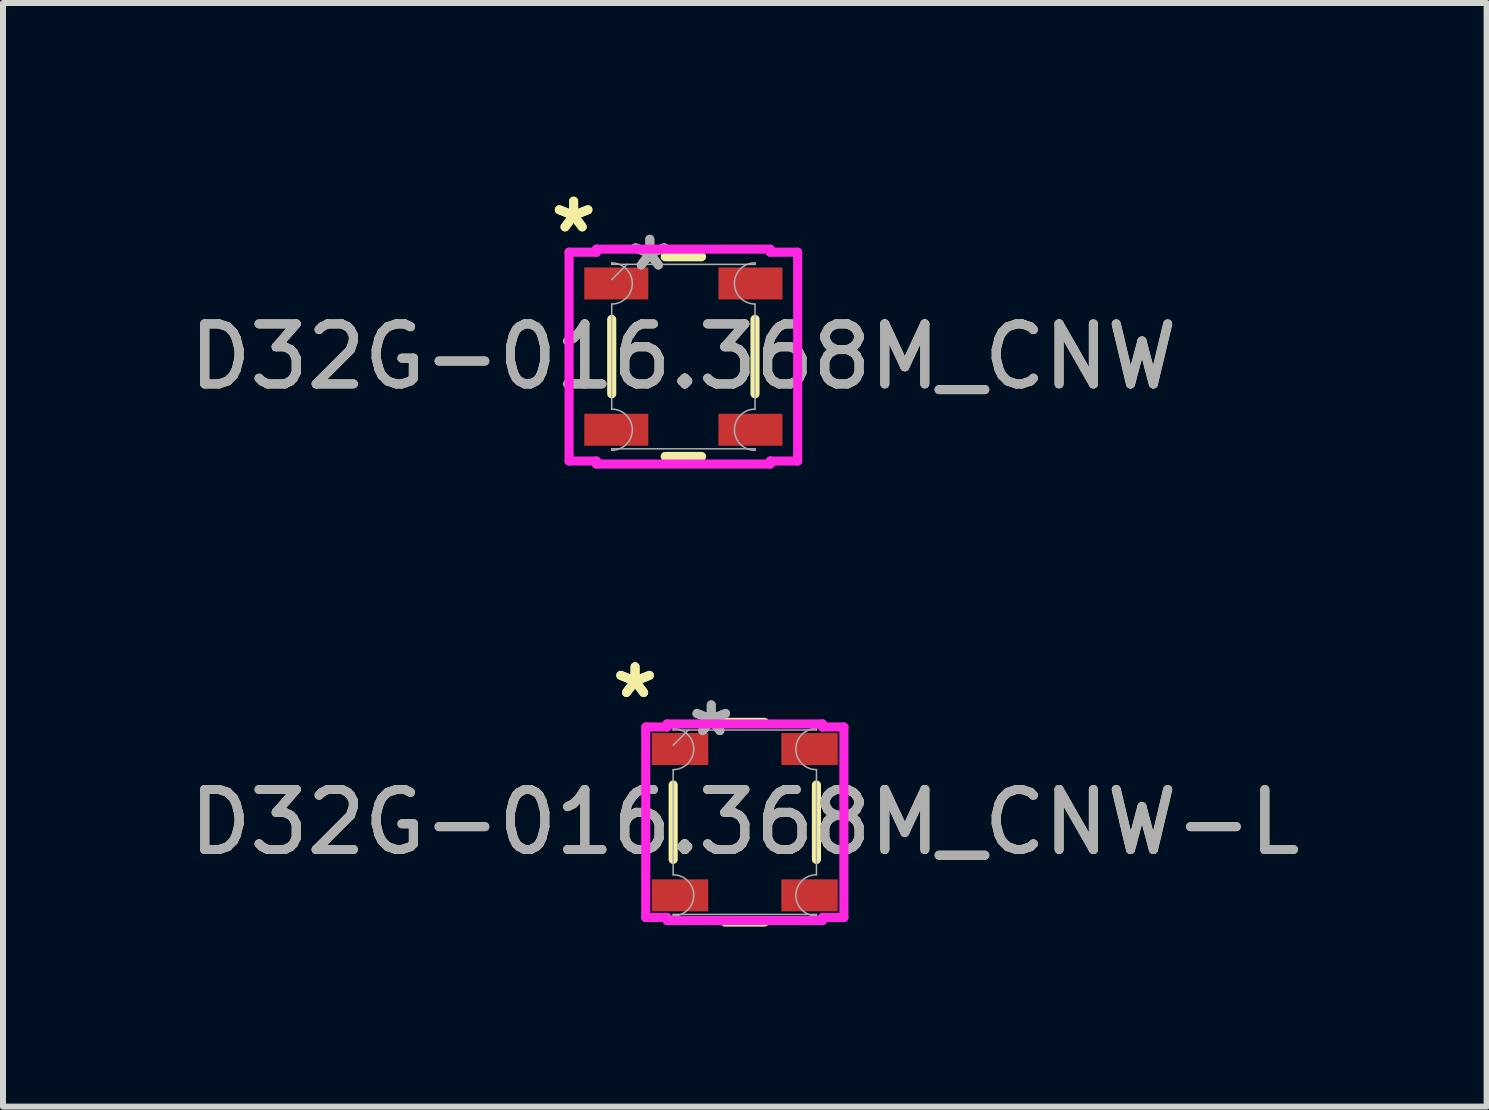
<source format=kicad_pcb>
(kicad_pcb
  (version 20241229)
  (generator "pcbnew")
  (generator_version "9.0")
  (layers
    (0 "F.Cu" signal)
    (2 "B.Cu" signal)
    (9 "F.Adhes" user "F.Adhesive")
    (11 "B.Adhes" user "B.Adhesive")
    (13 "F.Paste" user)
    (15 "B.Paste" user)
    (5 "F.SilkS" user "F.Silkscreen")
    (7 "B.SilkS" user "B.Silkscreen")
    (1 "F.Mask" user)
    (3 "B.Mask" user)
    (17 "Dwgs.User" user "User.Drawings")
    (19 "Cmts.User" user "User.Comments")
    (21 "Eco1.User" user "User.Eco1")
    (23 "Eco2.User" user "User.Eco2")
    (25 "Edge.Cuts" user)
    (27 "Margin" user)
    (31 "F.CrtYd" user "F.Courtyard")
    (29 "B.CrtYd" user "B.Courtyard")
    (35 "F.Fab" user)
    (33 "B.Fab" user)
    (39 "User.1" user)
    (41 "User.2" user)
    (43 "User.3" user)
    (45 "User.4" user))
  (footprint "D32G-016.368M_CNW"
    (layer "F.Cu")
    (at 8.339 2.893)
    (property "Reference" "D32G-016.368M_CNW" (at 0 0 0) (unlocked yes) (layer "F.SilkS") (effects (font (size 1 1) (thickness 0.15))))
    (attr smd)
    (fp_line (start -1.194 -0.62) (end -1.194 0.62) (stroke (width 0.152) (type solid)) (layer "F.SilkS"))
    (fp_line (start -0.303 -1.664) (end 0.303 -1.664) (stroke (width 0.152) (type solid)) (layer "F.SilkS"))
    (fp_line (start -0.303 1.664) (end 0.303 1.664) (stroke (width 0.152) (type solid)) (layer "F.SilkS"))
    (fp_line (start 1.194 -0.62) (end 1.194 0.62) (stroke (width 0.152) (type solid)) (layer "F.SilkS"))
    (fp_line (start -1.905 -1.74) (end -1.448 -1.74) (stroke (width 0.152) (type solid)) (layer "F.CrtYd"))
    (fp_line (start -1.905 1.74) (end -1.905 -1.74) (stroke (width 0.152) (type solid)) (layer "F.CrtYd"))
    (fp_line (start -1.905 1.74) (end -1.448 1.74) (stroke (width 0.152) (type solid)) (layer "F.CrtYd"))
    (fp_line (start -1.448 -1.791) (end 1.448 -1.791) (stroke (width 0.152) (type solid)) (layer "F.CrtYd"))
    (fp_line (start -1.448 -1.74) (end -1.448 -1.791) (stroke (width 0.152) (type solid)) (layer "F.CrtYd"))
    (fp_line (start -1.448 1.791) (end -1.448 1.74) (stroke (width 0.152) (type solid)) (layer "F.CrtYd"))
    (fp_line (start 1.448 -1.791) (end 1.448 -1.74) (stroke (width 0.152) (type solid)) (layer "F.CrtYd"))
    (fp_line (start 1.448 1.74) (end 1.448 1.791) (stroke (width 0.152) (type solid)) (layer "F.CrtYd"))
    (fp_line (start 1.448 1.791) (end -1.448 1.791) (stroke (width 0.152) (type solid)) (layer "F.CrtYd"))
    (fp_line (start 1.905 -1.74) (end 1.448 -1.74) (stroke (width 0.152) (type solid)) (layer "F.CrtYd"))
    (fp_line (start 1.905 -1.74) (end 1.905 1.74) (stroke (width 0.152) (type solid)) (layer "F.CrtYd"))
    (fp_line (start 1.905 1.74) (end 1.448 1.74) (stroke (width 0.152) (type solid)) (layer "F.CrtYd"))
    (fp_line (start -1.194 -1.562) (end -1.194 -1.537) (stroke (width 0.025) (type solid)) (layer "F.Fab"))
    (fp_line (start -1.194 -1.537) (end 1.194 -1.537) (stroke (width 0.025) (type solid)) (layer "F.Fab"))
    (fp_line (start -1.194 -0.876) (end -1.194 0.876) (stroke (width 0.025) (type solid)) (layer "F.Fab"))
    (fp_line (start -1.194 1.537) (end 1.194 1.537) (stroke (width 0.025) (type solid)) (layer "F.Fab"))
    (fp_line (start -1.194 1.562) (end -1.194 1.537) (stroke (width 0.025) (type solid)) (layer "F.Fab"))
    (fp_line (start -0.94 -1.537) (end -1.194 -1.283) (stroke (width 0.025) (type solid)) (layer "F.Fab"))
    (fp_line (start 1.194 -1.562) (end 1.194 -1.537) (stroke (width 0.025) (type solid)) (layer "F.Fab"))
    (fp_line (start 1.194 -0.876) (end 1.194 0.876) (stroke (width 0.025) (type solid)) (layer "F.Fab"))
    (fp_line (start 1.194 1.562) (end 1.194 1.537) (stroke (width 0.025) (type solid)) (layer "F.Fab"))
    (fp_arc (start -1.1938 -1.5621) (mid -0.8509 -1.2192) (end -1.1938 -0.8763) (stroke (width 0.0254) (type solid)) (layer "F.Fab"))
    (fp_arc (start -1.1938 0.8763) (mid -0.8509 1.2192) (end -1.1938 1.5621) (stroke (width 0.0254) (type solid)) (layer "F.Fab"))
    (fp_arc (start 1.1938 -0.8763) (mid 0.8509 -1.2192) (end 1.1938 -1.5621) (stroke (width 0.0254) (type solid)) (layer "F.Fab"))
    (fp_arc (start 1.1938 1.5621) (mid 0.8509 1.2192) (end 1.1938 0.8763) (stroke (width 0.0254) (type solid)) (layer "F.Fab"))
    (fp_text user "*" (at -1.829 -2.045 0) (unlocked yes) (layer "F.SilkS") (effects (font (size 1 1) (thickness 0.15))))
    (fp_text user "*" (at -1.829 -2.045 0) (layer "F.SilkS") (effects (font (size 1 1) (thickness 0.15))))
    (fp_text user "${REFERENCE}" (at 0 0 0) (unlocked yes) (layer "F.Fab") (effects (font (size 1 1) (thickness 0.15))))
    (fp_text user "*" (at -0.559 -1.41 0) (unlocked yes) (layer "F.Fab") (effects (font (size 1 1) (thickness 0.15))))
    (fp_text user "*" (at -0.559 -1.41 0) (layer "F.Fab") (effects (font (size 1 1) (thickness 0.15))))
    (pad "1" smd rect (at -1.118 -1.219) (size 1.067 0.533) (layers "F.Cu" "F.Mask" "F.Paste"))
    (pad "2" smd rect (at -1.118 1.219) (size 1.067 0.533) (layers "F.Cu" "F.Mask" "F.Paste"))
    (pad "3" smd rect (at 1.118 1.219) (size 1.067 0.533) (layers "F.Cu" "F.Mask" "F.Paste"))
    (pad "4" smd rect (at 1.118 -1.219) (size 1.067 0.533) (layers "F.Cu" "F.Mask" "F.Paste")))
  (footprint "D32G-016.368M_CNW-L"
    (layer "F.Cu")
    (at 9.363 10.653)
    (property "Reference" "D32G-016.368M_CNW-L" (at 0 0 0) (unlocked yes) (layer "F.SilkS") (effects (font (size 1 1) (thickness 0.15))))
    (attr smd)
    (fp_line (start -1.194 -0.62) (end -1.194 0.62) (stroke (width 0.152) (type solid)) (layer "F.SilkS"))
    (fp_line (start -0.328 -1.664) (end 0.328 -1.664) (stroke (width 0.152) (type solid)) (layer "F.SilkS"))
    (fp_line (start -0.328 1.664) (end 0.328 1.664) (stroke (width 0.152) (type solid)) (layer "F.SilkS"))
    (fp_line (start 1.194 -0.62) (end 1.194 0.62) (stroke (width 0.152) (type solid)) (layer "F.SilkS"))
    (fp_line (start -1.651 -1.587) (end -1.295 -1.587) (stroke (width 0.152) (type solid)) (layer "F.CrtYd"))
    (fp_line (start -1.651 1.587) (end -1.651 -1.587) (stroke (width 0.152) (type solid)) (layer "F.CrtYd"))
    (fp_line (start -1.651 1.587) (end -1.295 1.587) (stroke (width 0.152) (type solid)) (layer "F.CrtYd"))
    (fp_line (start -1.295 -1.638) (end 1.295 -1.638) (stroke (width 0.152) (type solid)) (layer "F.CrtYd"))
    (fp_line (start -1.295 -1.587) (end -1.295 -1.638) (stroke (width 0.152) (type solid)) (layer "F.CrtYd"))
    (fp_line (start -1.295 1.638) (end -1.295 1.587) (stroke (width 0.152) (type solid)) (layer "F.CrtYd"))
    (fp_line (start 1.295 -1.638) (end 1.295 -1.587) (stroke (width 0.152) (type solid)) (layer "F.CrtYd"))
    (fp_line (start 1.295 1.587) (end 1.295 1.638) (stroke (width 0.152) (type solid)) (layer "F.CrtYd"))
    (fp_line (start 1.295 1.638) (end -1.295 1.638) (stroke (width 0.152) (type solid)) (layer "F.CrtYd"))
    (fp_line (start 1.651 -1.587) (end 1.295 -1.587) (stroke (width 0.152) (type solid)) (layer "F.CrtYd"))
    (fp_line (start 1.651 -1.587) (end 1.651 1.587) (stroke (width 0.152) (type solid)) (layer "F.CrtYd"))
    (fp_line (start 1.651 1.587) (end 1.295 1.587) (stroke (width 0.152) (type solid)) (layer "F.CrtYd"))
    (fp_line (start -1.194 -1.562) (end -1.194 -1.537) (stroke (width 0.025) (type solid)) (layer "F.Fab"))
    (fp_line (start -1.194 -1.537) (end 1.194 -1.537) (stroke (width 0.025) (type solid)) (layer "F.Fab"))
    (fp_line (start -1.194 -0.876) (end -1.194 0.876) (stroke (width 0.025) (type solid)) (layer "F.Fab"))
    (fp_line (start -1.194 1.537) (end 1.194 1.537) (stroke (width 0.025) (type solid)) (layer "F.Fab"))
    (fp_line (start -1.194 1.562) (end -1.194 1.537) (stroke (width 0.025) (type solid)) (layer "F.Fab"))
    (fp_line (start -0.94 -1.537) (end -1.194 -1.283) (stroke (width 0.025) (type solid)) (layer "F.Fab"))
    (fp_line (start 1.194 -1.562) (end 1.194 -1.537) (stroke (width 0.025) (type solid)) (layer "F.Fab"))
    (fp_line (start 1.194 -0.876) (end 1.194 0.876) (stroke (width 0.025) (type solid)) (layer "F.Fab"))
    (fp_line (start 1.194 1.562) (end 1.194 1.537) (stroke (width 0.025) (type solid)) (layer "F.Fab"))
    (fp_arc (start -1.1938 -1.5621) (mid -0.8509 -1.2192) (end -1.1938 -0.8763) (stroke (width 0.0254) (type solid)) (layer "F.Fab"))
    (fp_arc (start -1.1938 0.8763) (mid -0.8509 1.2192) (end -1.1938 1.5621) (stroke (width 0.0254) (type solid)) (layer "F.Fab"))
    (fp_arc (start 1.1938 -0.8763) (mid 0.8509 -1.2192) (end 1.1938 -1.5621) (stroke (width 0.0254) (type solid)) (layer "F.Fab"))
    (fp_arc (start 1.1938 1.5621) (mid 0.8509 1.2192) (end 1.1938 0.8763) (stroke (width 0.0254) (type solid)) (layer "F.Fab"))
    (fp_text user "*" (at -1.829 -2.045 0) (unlocked yes) (layer "F.SilkS") (effects (font (size 1 1) (thickness 0.15))))
    (fp_text user "*" (at -1.829 -2.045 0) (layer "F.SilkS") (effects (font (size 1 1) (thickness 0.15))))
    (fp_text user "${REFERENCE}" (at 0 0 0) (unlocked yes) (layer "F.Fab") (effects (font (size 1 1) (thickness 0.15))))
    (fp_text user "*" (at -0.559 -1.41 0) (layer "F.Fab") (effects (font (size 1 1) (thickness 0.15))))
    (fp_text user "*" (at -0.559 -1.41 0) (unlocked yes) (layer "F.Fab") (effects (font (size 1 1) (thickness 0.15))))
    (pad "1" smd rect (at -1.079 -1.219) (size 0.94 0.533) (layers "F.Cu" "F.Mask" "F.Paste"))
    (pad "2" smd rect (at -1.079 1.219) (size 0.94 0.533) (layers "F.Cu" "F.Mask" "F.Paste"))
    (pad "3" smd rect (at 1.079 1.219) (size 0.94 0.533) (layers "F.Cu" "F.Mask" "F.Paste"))
    (pad "4" smd rect (at 1.079 -1.219) (size 0.94 0.533) (layers "F.Cu" "F.Mask" "F.Paste")))
  (gr_rect
    (start -3 -3)
    (end 21.726 15.393)
    (stroke (width 0.1) (type default))
    (fill no)
    (layer "Edge.Cuts")))
</source>
